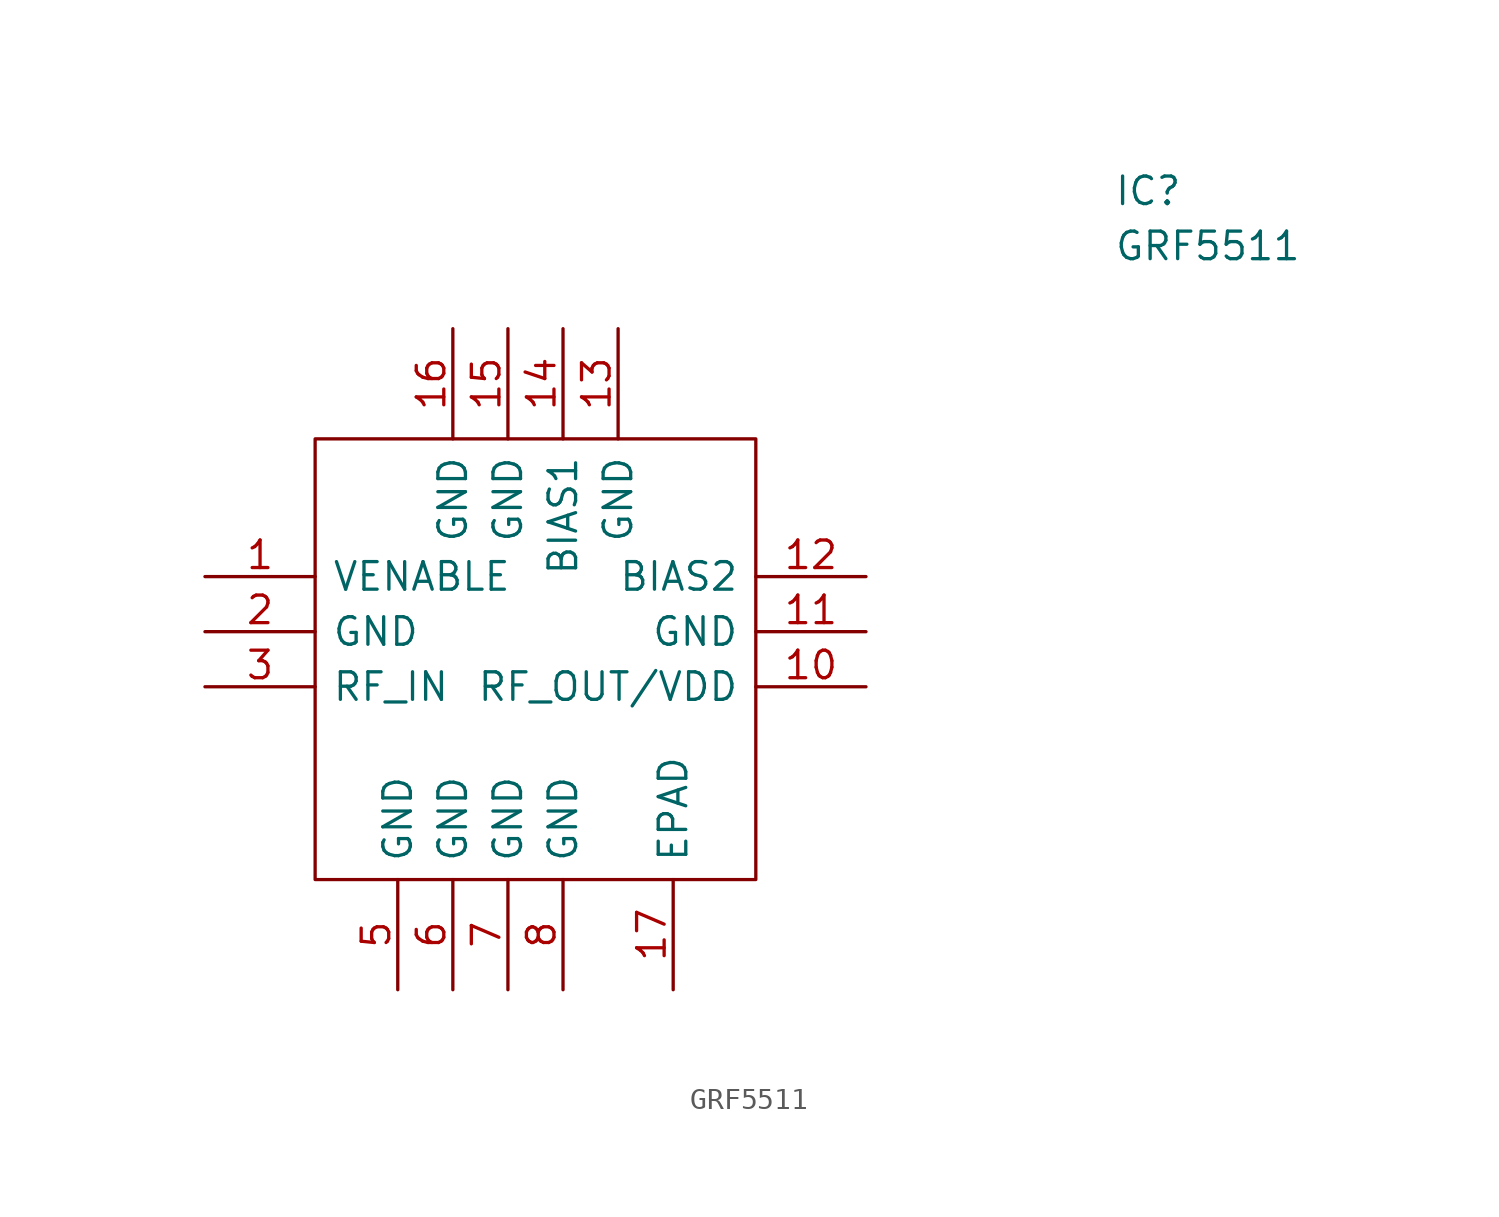
<source format=kicad_sym>
(kicad_symbol_lib
  (version 20211014)
  (generator kicad_symbol_editor)
  (symbol "GRF5511"
    (pin_names
      (offset 0.762))
    (property "Reference" "IC"
      (at 41.91 17.78 0)
      (effects (font (size 1.27 1.27)) (justify left)))
    (property "Value" "GRF5511"
      (at 41.91 15.24 0)
      (effects (font (size 1.27 1.27)) (justify left)))
    (symbol "GRF5511_0_0"
      (pin passive line (at 0 0 0) (length 5.08) (name "VENABLE" (effects (font (size 1.27 1.27)))) (number "1" (effects (font (size 1.27 1.27)))))
      (pin bidirectional line (at 30.48 -5.08 180) (length 5.08) (name "RF_OUT/VDD" (effects (font (size 1.27 1.27)))) (number "10" (effects (font (size 1.27 1.27)))))
      (pin power_in line (at 30.48 -2.54 180) (length 5.08) (name "GND" (effects (font (size 1.27 1.27)))) (number "11" (effects (font (size 1.27 1.27)))))
      (pin passive line (at 30.48 0 180) (length 5.08) (name "BIAS2" (effects (font (size 1.27 1.27)))) (number "12" (effects (font (size 1.27 1.27)))))
      (pin power_in line (at 19.05 11.43 270) (length 5.08) (name "GND" (effects (font (size 1.27 1.27)))) (number "13" (effects (font (size 1.27 1.27)))))
      (pin passive line (at 16.51 11.43 270) (length 5.08) (name "BIAS1" (effects (font (size 1.27 1.27)))) (number "14" (effects (font (size 1.27 1.27)))))
      (pin power_in line (at 13.97 11.43 270) (length 5.08) (name "GND" (effects (font (size 1.27 1.27)))) (number "15" (effects (font (size 1.27 1.27)))))
      (pin power_in line (at 11.43 11.43 270) (length 5.08) (name "GND" (effects (font (size 1.27 1.27)))) (number "16" (effects (font (size 1.27 1.27)))))
      (pin power_in line (at 21.59 -19.05 90) (length 5.08) (name "EPAD" (effects (font (size 1.27 1.27)))) (number "17" (effects (font (size 1.27 1.27)))))
      (pin power_in line (at 0 -2.54 0) (length 5.08) (name "GND" (effects (font (size 1.27 1.27)))) (number "2" (effects (font (size 1.27 1.27)))))
      (pin input line (at 0 -5.08 0) (length 5.08) (name "RF_IN" (effects (font (size 1.27 1.27)))) (number "3" (effects (font (size 1.27 1.27)))))
      (pin passive line (at 0 -5.08 0) (length 5.08) hide (name "RF_IN" (effects (font (size 1.27 1.27)))) (number "4" (effects (font (size 1.27 1.27)))))
      (pin power_in line (at 8.89 -19.05 90) (length 5.08) (name "GND" (effects (font (size 1.27 1.27)))) (number "5" (effects (font (size 1.27 1.27)))))
      (pin power_in line (at 11.43 -19.05 90) (length 5.08) (name "GND" (effects (font (size 1.27 1.27)))) (number "6" (effects (font (size 1.27 1.27)))))
      (pin power_in line (at 13.97 -19.05 90) (length 5.08) (name "GND" (effects (font (size 1.27 1.27)))) (number "7" (effects (font (size 1.27 1.27)))))
      (pin power_in line (at 16.51 -19.05 90) (length 5.08) (name "GND" (effects (font (size 1.27 1.27)))) (number "8" (effects (font (size 1.27 1.27)))))
      (pin passive line (at 30.48 -5.08 180) (length 5.08) hide (name "RF_OUT/VDD" (effects (font (size 1.27 1.27)))) (number "9" (effects (font (size 1.27 1.27))))))
    (symbol "GRF5511_0_1"
      (polyline (pts (xy 5.08 6.35) (xy 25.4 6.35) (xy 25.4 -13.97) (xy 5.08 -13.97) (xy 5.08 6.35)) (stroke (width 0.152) (type default) (color 0 0 0 0)) (fill (type none))))))
</source>
